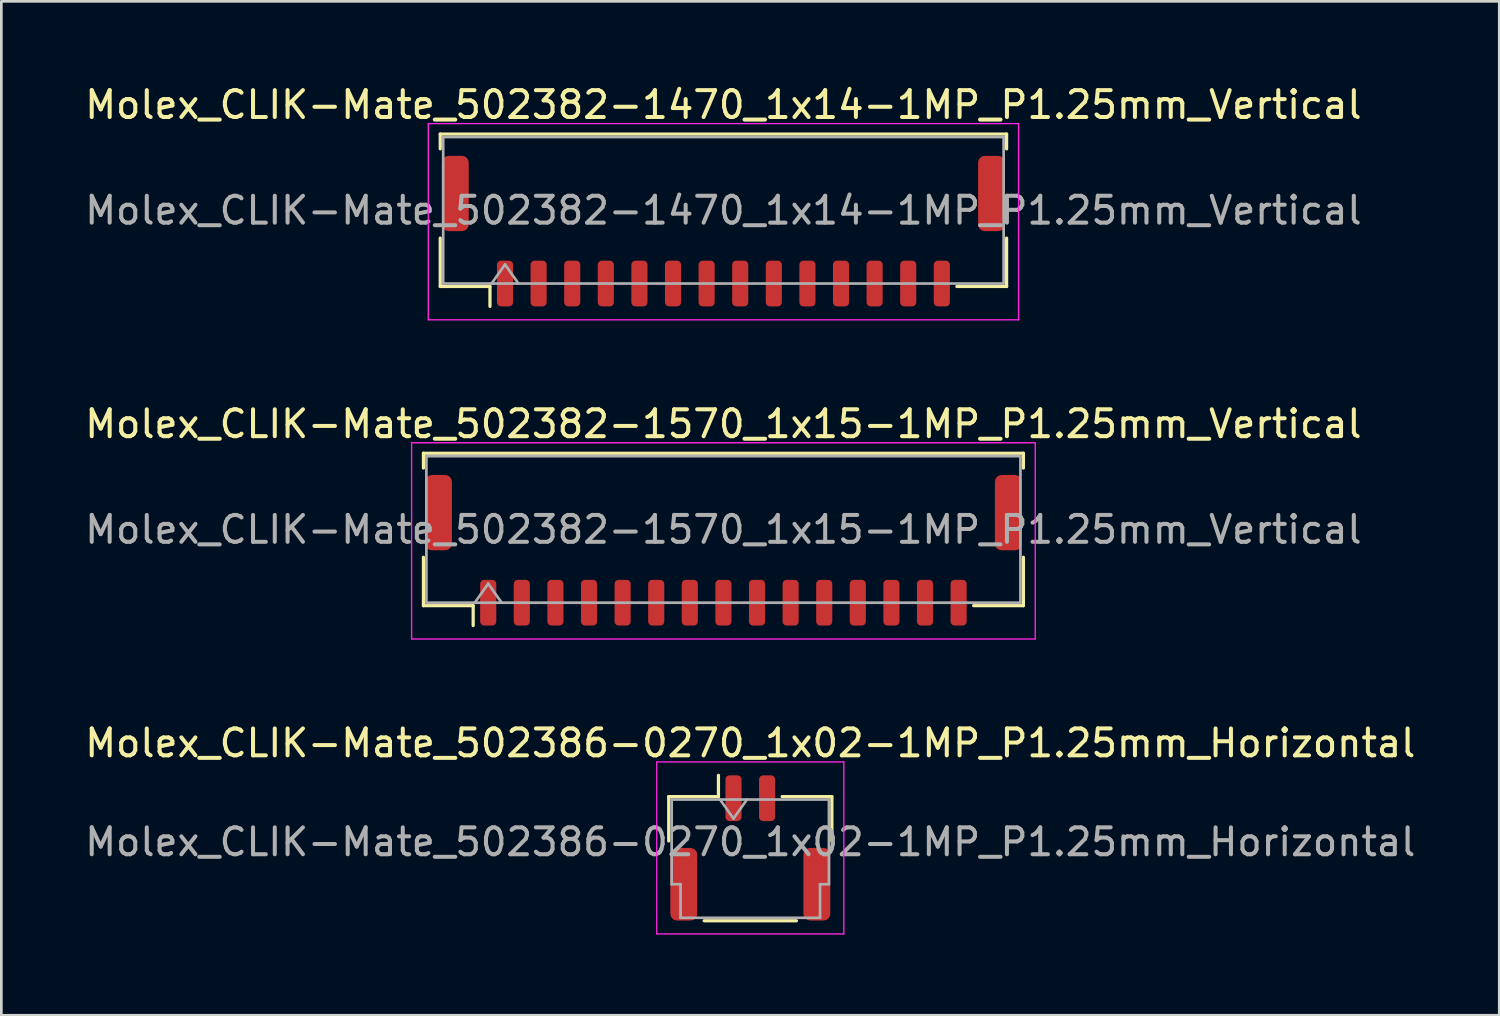
<source format=kicad_pcb>
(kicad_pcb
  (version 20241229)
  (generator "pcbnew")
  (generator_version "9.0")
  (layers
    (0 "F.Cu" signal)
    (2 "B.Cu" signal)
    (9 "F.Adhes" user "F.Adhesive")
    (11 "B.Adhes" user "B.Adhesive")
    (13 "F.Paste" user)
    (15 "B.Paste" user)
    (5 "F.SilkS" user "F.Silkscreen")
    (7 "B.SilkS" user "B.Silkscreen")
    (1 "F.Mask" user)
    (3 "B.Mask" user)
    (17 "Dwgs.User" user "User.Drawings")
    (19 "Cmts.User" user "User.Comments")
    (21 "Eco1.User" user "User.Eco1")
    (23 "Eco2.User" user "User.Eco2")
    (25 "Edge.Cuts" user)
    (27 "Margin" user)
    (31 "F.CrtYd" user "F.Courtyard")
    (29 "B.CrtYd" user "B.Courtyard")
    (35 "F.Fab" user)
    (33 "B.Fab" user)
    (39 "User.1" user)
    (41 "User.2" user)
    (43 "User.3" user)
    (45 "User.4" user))
  (footprint "Molex_CLIK-Mate_502386-0270_1x02-1MP_P1.25mm_Horizontal"
    (layer "F.Cu")
    (at 24.863 28.495)
    (property "Reference" "Molex_CLIK-Mate_502386-0270_1x02-1MP_P1.25mm_Horizontal" (at 0 -3.9 0) (layer "F.SilkS") (effects (font (size 1 1) (thickness 0.15))))
    (attr smd)
    (fp_line (start -3.035 -1.91) (end -1.185 -1.91) (stroke (width 0.12) (type solid)) (layer "F.SilkS"))
    (fp_line (start -3.035 -0.26) (end -3.035 -1.91) (stroke (width 0.12) (type solid)) (layer "F.SilkS"))
    (fp_line (start -1.715 2.71) (end 1.715 2.71) (stroke (width 0.12) (type solid)) (layer "F.SilkS"))
    (fp_line (start -1.185 -1.91) (end -1.185 -2.7) (stroke (width 0.12) (type solid)) (layer "F.SilkS"))
    (fp_line (start 3.035 -1.91) (end 1.185 -1.91) (stroke (width 0.12) (type solid)) (layer "F.SilkS"))
    (fp_line (start 3.035 -0.26) (end 3.035 -1.91) (stroke (width 0.12) (type solid)) (layer "F.SilkS"))
    (fp_line (start -3.48 -3.2) (end -3.48 3.2) (stroke (width 0.05) (type solid)) (layer "F.CrtYd"))
    (fp_line (start -3.48 3.2) (end 3.48 3.2) (stroke (width 0.05) (type solid)) (layer "F.CrtYd"))
    (fp_line (start 3.48 -3.2) (end -3.48 -3.2) (stroke (width 0.05) (type solid)) (layer "F.CrtYd"))
    (fp_line (start 3.48 3.2) (end 3.48 -3.2) (stroke (width 0.05) (type solid)) (layer "F.CrtYd"))
    (fp_line (start -2.925 -1.8) (end -2.925 1.35) (stroke (width 0.1) (type solid)) (layer "F.Fab"))
    (fp_line (start -2.925 -1.8) (end 2.925 -1.8) (stroke (width 0.1) (type solid)) (layer "F.Fab"))
    (fp_line (start -2.925 1.35) (end -2.595 1.35) (stroke (width 0.1) (type solid)) (layer "F.Fab"))
    (fp_line (start -2.595 1.35) (end -2.595 2.6) (stroke (width 0.1) (type solid)) (layer "F.Fab"))
    (fp_line (start -2.595 2.6) (end 2.595 2.6) (stroke (width 0.1) (type solid)) (layer "F.Fab"))
    (fp_line (start -1.125 -1.8) (end -0.625 -1.093) (stroke (width 0.1) (type solid)) (layer "F.Fab"))
    (fp_line (start -0.625 -1.093) (end -0.125 -1.8) (stroke (width 0.1) (type solid)) (layer "F.Fab"))
    (fp_line (start 2.595 1.35) (end 2.925 1.35) (stroke (width 0.1) (type solid)) (layer "F.Fab"))
    (fp_line (start 2.595 2.6) (end 2.595 1.35) (stroke (width 0.1) (type solid)) (layer "F.Fab"))
    (fp_line (start 2.925 -1.8) (end 2.925 1.35) (stroke (width 0.1) (type solid)) (layer "F.Fab"))
    (fp_text user "${REFERENCE}" (at 0 -0.22 0) (layer "F.Fab") (effects (font (size 1 1) (thickness 0.15))))
    (pad "1" smd roundrect (at -0.625 -1.85) (size 0.6 1.7) (layers "F.Cu" "F.Mask" "F.Paste") (roundrect_rratio 0.25))
    (pad "2" smd roundrect (at 0.625 -1.85) (size 0.6 1.7) (layers "F.Cu" "F.Mask" "F.Paste") (roundrect_rratio 0.25))
    (pad "MP" smd roundrect (at -2.475 1.35) (size 1 2.7) (layers "F.Cu" "F.Mask" "F.Paste") (roundrect_rratio 0.25))
    (pad "MP" smd roundrect (at 2.475 1.35) (size 1 2.7) (layers "F.Cu" "F.Mask" "F.Paste") (roundrect_rratio 0.25)))
  (footprint "Molex_CLIK-Mate_502382-1470_1x14-1MP_P1.25mm_Vertical"
    (layer "F.Cu")
    (at 23.863 5.548)
    (property "Reference" "Molex_CLIK-Mate_502382-1470_1x14-1MP_P1.25mm_Vertical" (at 0 -4.7 0) (layer "F.SilkS") (effects (font (size 1 1) (thickness 0.15))))
    (attr smd)
    (fp_line (start -10.535 -3.61) (end 10.535 -3.61) (stroke (width 0.12) (type solid)) (layer "F.SilkS"))
    (fp_line (start -10.535 -3.06) (end -10.535 -3.61) (stroke (width 0.12) (type solid)) (layer "F.SilkS"))
    (fp_line (start -10.535 0.26) (end -10.535 2.06) (stroke (width 0.12) (type solid)) (layer "F.SilkS"))
    (fp_line (start -10.535 2.06) (end -8.685 2.06) (stroke (width 0.12) (type solid)) (layer "F.SilkS"))
    (fp_line (start -8.685 2.06) (end -8.685 2.8) (stroke (width 0.12) (type solid)) (layer "F.SilkS"))
    (fp_line (start 10.535 -3.61) (end 10.535 -3.06) (stroke (width 0.12) (type solid)) (layer "F.SilkS"))
    (fp_line (start 10.535 0.26) (end 10.535 2.06) (stroke (width 0.12) (type solid)) (layer "F.SilkS"))
    (fp_line (start 10.535 2.06) (end 8.685 2.06) (stroke (width 0.12) (type solid)) (layer "F.SilkS"))
    (fp_line (start -10.98 -4) (end -10.98 3.3) (stroke (width 0.05) (type solid)) (layer "F.CrtYd"))
    (fp_line (start -10.98 3.3) (end 10.98 3.3) (stroke (width 0.05) (type solid)) (layer "F.CrtYd"))
    (fp_line (start 10.98 -4) (end -10.98 -4) (stroke (width 0.05) (type solid)) (layer "F.CrtYd"))
    (fp_line (start 10.98 3.3) (end 10.98 -4) (stroke (width 0.05) (type solid)) (layer "F.CrtYd"))
    (fp_line (start -10.425 -3.5) (end 10.425 -3.5) (stroke (width 0.1) (type solid)) (layer "F.Fab"))
    (fp_line (start -10.425 1.95) (end -10.425 -3.5) (stroke (width 0.1) (type solid)) (layer "F.Fab"))
    (fp_line (start -10.425 1.95) (end 10.425 1.95) (stroke (width 0.1) (type solid)) (layer "F.Fab"))
    (fp_line (start -8.625 1.95) (end -8.125 1.243) (stroke (width 0.1) (type solid)) (layer "F.Fab"))
    (fp_line (start -8.125 1.243) (end -7.625 1.95) (stroke (width 0.1) (type solid)) (layer "F.Fab"))
    (fp_line (start 10.425 1.95) (end 10.425 -3.5) (stroke (width 0.1) (type solid)) (layer "F.Fab"))
    (fp_text user "${REFERENCE}" (at 0 -0.77 0) (layer "F.Fab") (effects (font (size 1 1) (thickness 0.15))))
    (pad "1" smd roundrect (at -8.125 1.95) (size 0.6 1.7) (layers "F.Cu" "F.Mask" "F.Paste") (roundrect_rratio 0.25))
    (pad "2" smd roundrect (at -6.875 1.95) (size 0.6 1.7) (layers "F.Cu" "F.Mask" "F.Paste") (roundrect_rratio 0.25))
    (pad "3" smd roundrect (at -5.625 1.95) (size 0.6 1.7) (layers "F.Cu" "F.Mask" "F.Paste") (roundrect_rratio 0.25))
    (pad "4" smd roundrect (at -4.375 1.95) (size 0.6 1.7) (layers "F.Cu" "F.Mask" "F.Paste") (roundrect_rratio 0.25))
    (pad "5" smd roundrect (at -3.125 1.95) (size 0.6 1.7) (layers "F.Cu" "F.Mask" "F.Paste") (roundrect_rratio 0.25))
    (pad "6" smd roundrect (at -1.875 1.95) (size 0.6 1.7) (layers "F.Cu" "F.Mask" "F.Paste") (roundrect_rratio 0.25))
    (pad "7" smd roundrect (at -0.625 1.95) (size 0.6 1.7) (layers "F.Cu" "F.Mask" "F.Paste") (roundrect_rratio 0.25))
    (pad "8" smd roundrect (at 0.625 1.95) (size 0.6 1.7) (layers "F.Cu" "F.Mask" "F.Paste") (roundrect_rratio 0.25))
    (pad "9" smd roundrect (at 1.875 1.95) (size 0.6 1.7) (layers "F.Cu" "F.Mask" "F.Paste") (roundrect_rratio 0.25))
    (pad "10" smd roundrect (at 3.125 1.95) (size 0.6 1.7) (layers "F.Cu" "F.Mask" "F.Paste") (roundrect_rratio 0.25))
    (pad "11" smd roundrect (at 4.375 1.95) (size 0.6 1.7) (layers "F.Cu" "F.Mask" "F.Paste") (roundrect_rratio 0.25))
    (pad "12" smd roundrect (at 5.625 1.95) (size 0.6 1.7) (layers "F.Cu" "F.Mask" "F.Paste") (roundrect_rratio 0.25))
    (pad "13" smd roundrect (at 6.875 1.95) (size 0.6 1.7) (layers "F.Cu" "F.Mask" "F.Paste") (roundrect_rratio 0.25))
    (pad "14" smd roundrect (at 8.125 1.95) (size 0.6 1.7) (layers "F.Cu" "F.Mask" "F.Paste") (roundrect_rratio 0.25))
    (pad "MP" smd roundrect (at -9.975 -1.4) (size 1 2.8) (layers "F.Cu" "F.Mask" "F.Paste") (roundrect_rratio 0.25))
    (pad "MP" smd roundrect (at 9.975 -1.4) (size 1 2.8) (layers "F.Cu" "F.Mask" "F.Paste") (roundrect_rratio 0.25)))
  (footprint "Molex_CLIK-Mate_502382-1570_1x15-1MP_P1.25mm_Vertical"
    (layer "F.Cu")
    (at 23.863 17.422)
    (property "Reference" "Molex_CLIK-Mate_502382-1570_1x15-1MP_P1.25mm_Vertical" (at 0 -4.7 0) (layer "F.SilkS") (effects (font (size 1 1) (thickness 0.15))))
    (attr smd)
    (fp_line (start -11.16 -3.61) (end 11.16 -3.61) (stroke (width 0.12) (type solid)) (layer "F.SilkS"))
    (fp_line (start -11.16 -3.06) (end -11.16 -3.61) (stroke (width 0.12) (type solid)) (layer "F.SilkS"))
    (fp_line (start -11.16 0.26) (end -11.16 2.06) (stroke (width 0.12) (type solid)) (layer "F.SilkS"))
    (fp_line (start -11.16 2.06) (end -9.31 2.06) (stroke (width 0.12) (type solid)) (layer "F.SilkS"))
    (fp_line (start -9.31 2.06) (end -9.31 2.8) (stroke (width 0.12) (type solid)) (layer "F.SilkS"))
    (fp_line (start 11.16 -3.61) (end 11.16 -3.06) (stroke (width 0.12) (type solid)) (layer "F.SilkS"))
    (fp_line (start 11.16 0.26) (end 11.16 2.06) (stroke (width 0.12) (type solid)) (layer "F.SilkS"))
    (fp_line (start 11.16 2.06) (end 9.31 2.06) (stroke (width 0.12) (type solid)) (layer "F.SilkS"))
    (fp_line (start -11.6 -4) (end -11.6 3.3) (stroke (width 0.05) (type solid)) (layer "F.CrtYd"))
    (fp_line (start -11.6 3.3) (end 11.6 3.3) (stroke (width 0.05) (type solid)) (layer "F.CrtYd"))
    (fp_line (start 11.6 -4) (end -11.6 -4) (stroke (width 0.05) (type solid)) (layer "F.CrtYd"))
    (fp_line (start 11.6 3.3) (end 11.6 -4) (stroke (width 0.05) (type solid)) (layer "F.CrtYd"))
    (fp_line (start -11.05 -3.5) (end 11.05 -3.5) (stroke (width 0.1) (type solid)) (layer "F.Fab"))
    (fp_line (start -11.05 1.95) (end -11.05 -3.5) (stroke (width 0.1) (type solid)) (layer "F.Fab"))
    (fp_line (start -11.05 1.95) (end 11.05 1.95) (stroke (width 0.1) (type solid)) (layer "F.Fab"))
    (fp_line (start -9.25 1.95) (end -8.75 1.243) (stroke (width 0.1) (type solid)) (layer "F.Fab"))
    (fp_line (start -8.75 1.243) (end -8.25 1.95) (stroke (width 0.1) (type solid)) (layer "F.Fab"))
    (fp_line (start 11.05 1.95) (end 11.05 -3.5) (stroke (width 0.1) (type solid)) (layer "F.Fab"))
    (fp_text user "${REFERENCE}" (at 0 -0.77 0) (layer "F.Fab") (effects (font (size 1 1) (thickness 0.15))))
    (pad "1" smd roundrect (at -8.75 1.95) (size 0.6 1.7) (layers "F.Cu" "F.Mask" "F.Paste") (roundrect_rratio 0.25))
    (pad "2" smd roundrect (at -7.5 1.95) (size 0.6 1.7) (layers "F.Cu" "F.Mask" "F.Paste") (roundrect_rratio 0.25))
    (pad "3" smd roundrect (at -6.25 1.95) (size 0.6 1.7) (layers "F.Cu" "F.Mask" "F.Paste") (roundrect_rratio 0.25))
    (pad "4" smd roundrect (at -5 1.95) (size 0.6 1.7) (layers "F.Cu" "F.Mask" "F.Paste") (roundrect_rratio 0.25))
    (pad "5" smd roundrect (at -3.75 1.95) (size 0.6 1.7) (layers "F.Cu" "F.Mask" "F.Paste") (roundrect_rratio 0.25))
    (pad "6" smd roundrect (at -2.5 1.95) (size 0.6 1.7) (layers "F.Cu" "F.Mask" "F.Paste") (roundrect_rratio 0.25))
    (pad "7" smd roundrect (at -1.25 1.95) (size 0.6 1.7) (layers "F.Cu" "F.Mask" "F.Paste") (roundrect_rratio 0.25))
    (pad "8" smd roundrect (at 0 1.95) (size 0.6 1.7) (layers "F.Cu" "F.Mask" "F.Paste") (roundrect_rratio 0.25))
    (pad "9" smd roundrect (at 1.25 1.95) (size 0.6 1.7) (layers "F.Cu" "F.Mask" "F.Paste") (roundrect_rratio 0.25))
    (pad "10" smd roundrect (at 2.5 1.95) (size 0.6 1.7) (layers "F.Cu" "F.Mask" "F.Paste") (roundrect_rratio 0.25))
    (pad "11" smd roundrect (at 3.75 1.95) (size 0.6 1.7) (layers "F.Cu" "F.Mask" "F.Paste") (roundrect_rratio 0.25))
    (pad "12" smd roundrect (at 5 1.95) (size 0.6 1.7) (layers "F.Cu" "F.Mask" "F.Paste") (roundrect_rratio 0.25))
    (pad "13" smd roundrect (at 6.25 1.95) (size 0.6 1.7) (layers "F.Cu" "F.Mask" "F.Paste") (roundrect_rratio 0.25))
    (pad "14" smd roundrect (at 7.5 1.95) (size 0.6 1.7) (layers "F.Cu" "F.Mask" "F.Paste") (roundrect_rratio 0.25))
    (pad "15" smd roundrect (at 8.75 1.95) (size 0.6 1.7) (layers "F.Cu" "F.Mask" "F.Paste") (roundrect_rratio 0.25))
    (pad "MP" smd roundrect (at -10.6 -1.4) (size 1 2.8) (layers "F.Cu" "F.Mask" "F.Paste") (roundrect_rratio 0.25))
    (pad "MP" smd roundrect (at 10.6 -1.4) (size 1 2.8) (layers "F.Cu" "F.Mask" "F.Paste") (roundrect_rratio 0.25)))
  (gr_rect
    (start -3 -3)
    (end 52.726 34.72)
    (stroke (width 0.1) (type default))
    (fill no)
    (layer "Edge.Cuts")))
</source>
